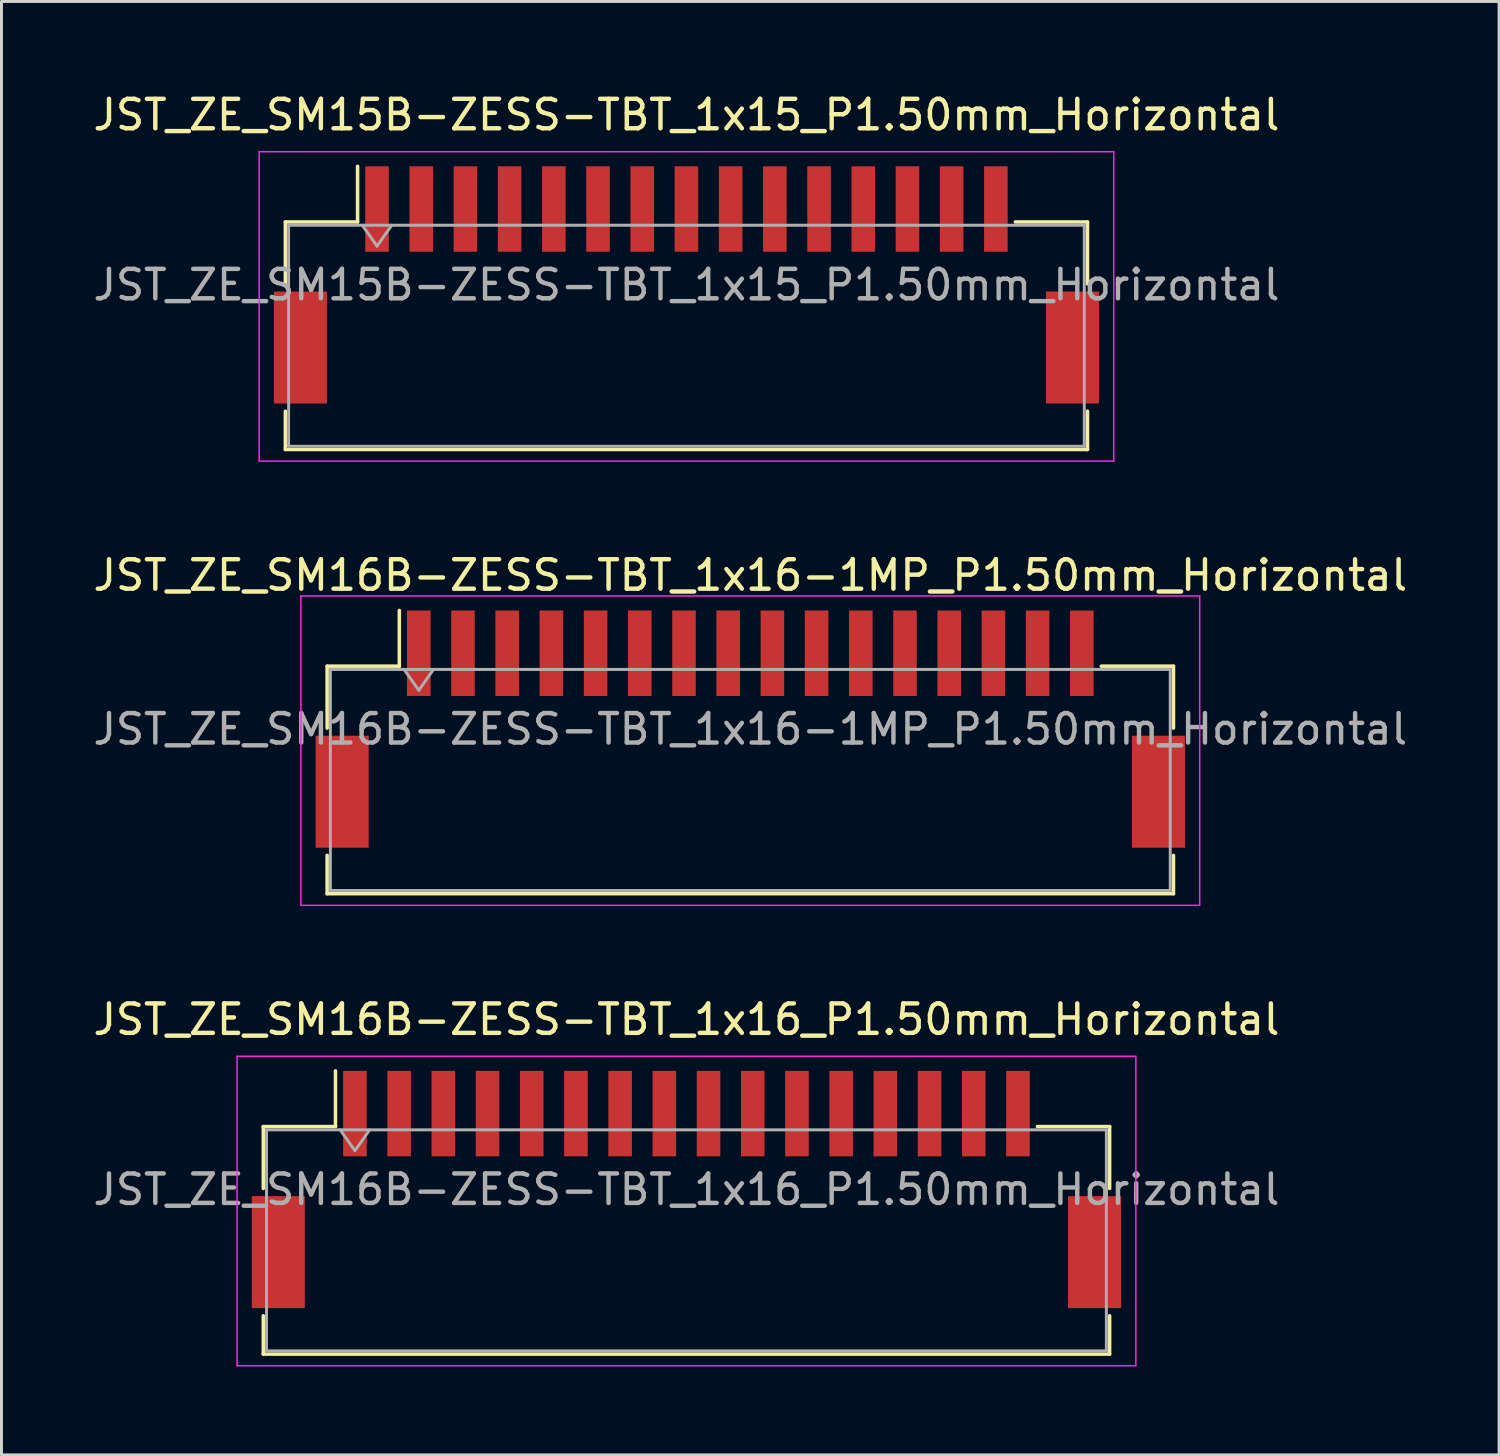
<source format=kicad_pcb>
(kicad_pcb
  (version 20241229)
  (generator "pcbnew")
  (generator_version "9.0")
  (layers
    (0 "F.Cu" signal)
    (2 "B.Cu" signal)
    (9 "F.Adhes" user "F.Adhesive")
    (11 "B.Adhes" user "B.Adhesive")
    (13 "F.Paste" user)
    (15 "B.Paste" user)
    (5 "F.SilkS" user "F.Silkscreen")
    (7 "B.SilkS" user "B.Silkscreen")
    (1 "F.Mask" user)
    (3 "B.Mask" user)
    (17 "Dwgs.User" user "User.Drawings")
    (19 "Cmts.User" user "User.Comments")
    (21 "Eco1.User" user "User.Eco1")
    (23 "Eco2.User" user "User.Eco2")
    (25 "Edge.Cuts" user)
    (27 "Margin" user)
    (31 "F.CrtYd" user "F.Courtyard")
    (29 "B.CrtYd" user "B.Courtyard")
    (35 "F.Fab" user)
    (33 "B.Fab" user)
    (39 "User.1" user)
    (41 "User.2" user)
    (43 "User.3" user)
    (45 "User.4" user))
  (footprint "JST_ZE_SM16B-ZESS-TBT_1x16-1MP_P1.50mm_Horizontal"
    (layer "F.Cu")
    (at 22.411 21.692)
    (property "Reference" "JST_ZE_SM16B-ZESS-TBT_1x16-1MP_P1.50mm_Horizontal" (at 0 -5.22 0) (layer "F.SilkS") (effects (font (size 1 1) (thickness 0.15))))
    (attr smd)
    (fp_line (start -14.36 -2.135) (end -11.91 -2.135) (stroke (width 0.12) (type solid)) (layer "F.SilkS"))
    (fp_line (start -14.36 -0.035) (end -14.36 -2.135) (stroke (width 0.12) (type solid)) (layer "F.SilkS"))
    (fp_line (start -14.36 4.285) (end -14.36 5.585) (stroke (width 0.12) (type solid)) (layer "F.SilkS"))
    (fp_line (start -14.36 5.585) (end 14.36 5.585) (stroke (width 0.12) (type solid)) (layer "F.SilkS"))
    (fp_line (start -11.91 -2.135) (end -11.91 -4.025) (stroke (width 0.12) (type solid)) (layer "F.SilkS"))
    (fp_line (start 14.36 -2.135) (end 11.91 -2.135) (stroke (width 0.12) (type solid)) (layer "F.SilkS"))
    (fp_line (start 14.36 -0.035) (end 14.36 -2.135) (stroke (width 0.12) (type solid)) (layer "F.SilkS"))
    (fp_line (start 14.36 5.585) (end 14.36 4.285) (stroke (width 0.12) (type solid)) (layer "F.SilkS"))
    (fp_line (start -15.25 -4.52) (end -15.25 5.98) (stroke (width 0.05) (type solid)) (layer "F.CrtYd"))
    (fp_line (start -15.25 5.98) (end 15.25 5.98) (stroke (width 0.05) (type solid)) (layer "F.CrtYd"))
    (fp_line (start 15.25 -4.52) (end -15.25 -4.52) (stroke (width 0.05) (type solid)) (layer "F.CrtYd"))
    (fp_line (start 15.25 5.98) (end 15.25 -4.52) (stroke (width 0.05) (type solid)) (layer "F.CrtYd"))
    (fp_line (start -14.25 -2.025) (end -14.25 5.475) (stroke (width 0.1) (type solid)) (layer "F.Fab"))
    (fp_line (start -14.25 -2.025) (end 14.25 -2.025) (stroke (width 0.1) (type solid)) (layer "F.Fab"))
    (fp_line (start -14.25 5.475) (end 14.25 5.475) (stroke (width 0.1) (type solid)) (layer "F.Fab"))
    (fp_line (start -11.75 -2.025) (end -11.25 -1.318) (stroke (width 0.1) (type solid)) (layer "F.Fab"))
    (fp_line (start -11.25 -1.318) (end -10.75 -2.025) (stroke (width 0.1) (type solid)) (layer "F.Fab"))
    (fp_line (start 14.25 -2.025) (end 14.25 5.475) (stroke (width 0.1) (type solid)) (layer "F.Fab"))
    (fp_text user "${REFERENCE}" (at 0 0 0) (layer "F.Fab") (effects (font (size 1 1) (thickness 0.15))))
    (pad "1" smd rect (at -11.25 -2.575) (size 0.8 2.9) (layers "F.Cu" "F.Mask" "F.Paste"))
    (pad "2" smd rect (at -9.75 -2.575) (size 0.8 2.9) (layers "F.Cu" "F.Mask" "F.Paste"))
    (pad "3" smd rect (at -8.25 -2.575) (size 0.8 2.9) (layers "F.Cu" "F.Mask" "F.Paste"))
    (pad "4" smd rect (at -6.75 -2.575) (size 0.8 2.9) (layers "F.Cu" "F.Mask" "F.Paste"))
    (pad "5" smd rect (at -5.25 -2.575) (size 0.8 2.9) (layers "F.Cu" "F.Mask" "F.Paste"))
    (pad "6" smd rect (at -3.75 -2.575) (size 0.8 2.9) (layers "F.Cu" "F.Mask" "F.Paste"))
    (pad "7" smd rect (at -2.25 -2.575) (size 0.8 2.9) (layers "F.Cu" "F.Mask" "F.Paste"))
    (pad "8" smd rect (at -0.75 -2.575) (size 0.8 2.9) (layers "F.Cu" "F.Mask" "F.Paste"))
    (pad "9" smd rect (at 0.75 -2.575) (size 0.8 2.9) (layers "F.Cu" "F.Mask" "F.Paste"))
    (pad "10" smd rect (at 2.25 -2.575) (size 0.8 2.9) (layers "F.Cu" "F.Mask" "F.Paste"))
    (pad "11" smd rect (at 3.75 -2.575) (size 0.8 2.9) (layers "F.Cu" "F.Mask" "F.Paste"))
    (pad "12" smd rect (at 5.25 -2.575) (size 0.8 2.9) (layers "F.Cu" "F.Mask" "F.Paste"))
    (pad "13" smd rect (at 6.75 -2.575) (size 0.8 2.9) (layers "F.Cu" "F.Mask" "F.Paste"))
    (pad "14" smd rect (at 8.25 -2.575) (size 0.8 2.9) (layers "F.Cu" "F.Mask" "F.Paste"))
    (pad "15" smd rect (at 9.75 -2.575) (size 0.8 2.9) (layers "F.Cu" "F.Mask" "F.Paste"))
    (pad "16" smd rect (at 11.25 -2.575) (size 0.8 2.9) (layers "F.Cu" "F.Mask" "F.Paste"))
    (pad "MP" smd rect (at -13.85 2.125) (size 1.8 3.8) (layers "F.Cu" "F.Mask" "F.Paste"))
    (pad "MP" smd rect (at 13.85 2.125) (size 1.8 3.8) (layers "F.Cu" "F.Mask" "F.Paste")))
  (footprint "JST_ZE_SM15B-ZESS-TBT_1x15_P1.50mm_Horizontal"
    (layer "F.Cu")
    (at 20.244 6.618)
    (property "Reference" "JST_ZE_SM15B-ZESS-TBT_1x15_P1.50mm_Horizontal" (at 0 -5.77 0) (layer "F.SilkS") (effects (font (size 1 1) (thickness 0.15))))
    (attr smd)
    (fp_line (start -13.61 -2.135) (end -11.16 -2.135) (stroke (width 0.12) (type solid)) (layer "F.SilkS"))
    (fp_line (start -13.61 -0.035) (end -13.61 -2.135) (stroke (width 0.12) (type solid)) (layer "F.SilkS"))
    (fp_line (start -13.61 4.285) (end -13.61 5.585) (stroke (width 0.12) (type solid)) (layer "F.SilkS"))
    (fp_line (start -13.61 5.585) (end 13.61 5.585) (stroke (width 0.12) (type solid)) (layer "F.SilkS"))
    (fp_line (start -11.16 -2.135) (end -11.16 -4.025) (stroke (width 0.12) (type solid)) (layer "F.SilkS"))
    (fp_line (start 13.61 -2.135) (end 11.16 -2.135) (stroke (width 0.12) (type solid)) (layer "F.SilkS"))
    (fp_line (start 13.61 -0.035) (end 13.61 -2.135) (stroke (width 0.12) (type solid)) (layer "F.SilkS"))
    (fp_line (start 13.61 5.585) (end 13.61 4.285) (stroke (width 0.12) (type solid)) (layer "F.SilkS"))
    (fp_line (start -14.5 -4.52) (end -14.5 5.98) (stroke (width 0.05) (type solid)) (layer "F.CrtYd"))
    (fp_line (start -14.5 5.98) (end 14.5 5.98) (stroke (width 0.05) (type solid)) (layer "F.CrtYd"))
    (fp_line (start 14.5 -4.52) (end -14.5 -4.52) (stroke (width 0.05) (type solid)) (layer "F.CrtYd"))
    (fp_line (start 14.5 5.98) (end 14.5 -4.52) (stroke (width 0.05) (type solid)) (layer "F.CrtYd"))
    (fp_line (start -13.5 -2.025) (end -13.5 5.475) (stroke (width 0.1) (type solid)) (layer "F.Fab"))
    (fp_line (start -13.5 -2.025) (end 13.5 -2.025) (stroke (width 0.1) (type solid)) (layer "F.Fab"))
    (fp_line (start -13.5 5.475) (end 13.5 5.475) (stroke (width 0.1) (type solid)) (layer "F.Fab"))
    (fp_line (start -11 -2.025) (end -10.5 -1.318) (stroke (width 0.1) (type solid)) (layer "F.Fab"))
    (fp_line (start -10.5 -1.318) (end -10 -2.025) (stroke (width 0.1) (type solid)) (layer "F.Fab"))
    (fp_line (start 13.5 -2.025) (end 13.5 5.475) (stroke (width 0.1) (type solid)) (layer "F.Fab"))
    (fp_text user "${REFERENCE}" (at 0 0 0) (layer "F.Fab") (effects (font (size 1 1) (thickness 0.15))))
    (pad "" smd rect (at -13.1 2.125) (size 1.8 3.8) (layers "F.Cu" "F.Mask" "F.Paste"))
    (pad "" smd rect (at 13.1 2.125) (size 1.8 3.8) (layers "F.Cu" "F.Mask" "F.Paste"))
    (pad "1" smd rect (at -10.5 -2.575) (size 0.8 2.9) (layers "F.Cu" "F.Mask" "F.Paste"))
    (pad "2" smd rect (at -9 -2.575) (size 0.8 2.9) (layers "F.Cu" "F.Mask" "F.Paste"))
    (pad "3" smd rect (at -7.5 -2.575) (size 0.8 2.9) (layers "F.Cu" "F.Mask" "F.Paste"))
    (pad "4" smd rect (at -6 -2.575) (size 0.8 2.9) (layers "F.Cu" "F.Mask" "F.Paste"))
    (pad "5" smd rect (at -4.5 -2.575) (size 0.8 2.9) (layers "F.Cu" "F.Mask" "F.Paste"))
    (pad "6" smd rect (at -3 -2.575) (size 0.8 2.9) (layers "F.Cu" "F.Mask" "F.Paste"))
    (pad "7" smd rect (at -1.5 -2.575) (size 0.8 2.9) (layers "F.Cu" "F.Mask" "F.Paste"))
    (pad "8" smd rect (at 0 -2.575) (size 0.8 2.9) (layers "F.Cu" "F.Mask" "F.Paste"))
    (pad "9" smd rect (at 1.5 -2.575) (size 0.8 2.9) (layers "F.Cu" "F.Mask" "F.Paste"))
    (pad "10" smd rect (at 3 -2.575) (size 0.8 2.9) (layers "F.Cu" "F.Mask" "F.Paste"))
    (pad "11" smd rect (at 4.5 -2.575) (size 0.8 2.9) (layers "F.Cu" "F.Mask" "F.Paste"))
    (pad "12" smd rect (at 6 -2.575) (size 0.8 2.9) (layers "F.Cu" "F.Mask" "F.Paste"))
    (pad "13" smd rect (at 7.5 -2.575) (size 0.8 2.9) (layers "F.Cu" "F.Mask" "F.Paste"))
    (pad "14" smd rect (at 9 -2.575) (size 0.8 2.9) (layers "F.Cu" "F.Mask" "F.Paste"))
    (pad "15" smd rect (at 10.5 -2.575) (size 0.8 2.9) (layers "F.Cu" "F.Mask" "F.Paste")))
  (footprint "JST_ZE_SM16B-ZESS-TBT_1x16_P1.50mm_Horizontal"
    (layer "F.Cu")
    (at 20.244 37.315)
    (property "Reference" "JST_ZE_SM16B-ZESS-TBT_1x16_P1.50mm_Horizontal" (at 0 -5.77 0) (layer "F.SilkS") (effects (font (size 1 1) (thickness 0.15))))
    (attr smd)
    (fp_line (start -14.36 -2.135) (end -11.91 -2.135) (stroke (width 0.12) (type solid)) (layer "F.SilkS"))
    (fp_line (start -14.36 -0.035) (end -14.36 -2.135) (stroke (width 0.12) (type solid)) (layer "F.SilkS"))
    (fp_line (start -14.36 4.285) (end -14.36 5.585) (stroke (width 0.12) (type solid)) (layer "F.SilkS"))
    (fp_line (start -14.36 5.585) (end 14.36 5.585) (stroke (width 0.12) (type solid)) (layer "F.SilkS"))
    (fp_line (start -11.91 -2.135) (end -11.91 -4.025) (stroke (width 0.12) (type solid)) (layer "F.SilkS"))
    (fp_line (start 14.36 -2.135) (end 11.91 -2.135) (stroke (width 0.12) (type solid)) (layer "F.SilkS"))
    (fp_line (start 14.36 -0.035) (end 14.36 -2.135) (stroke (width 0.12) (type solid)) (layer "F.SilkS"))
    (fp_line (start 14.36 5.585) (end 14.36 4.285) (stroke (width 0.12) (type solid)) (layer "F.SilkS"))
    (fp_line (start -15.25 -4.52) (end -15.25 5.98) (stroke (width 0.05) (type solid)) (layer "F.CrtYd"))
    (fp_line (start -15.25 5.98) (end 15.25 5.98) (stroke (width 0.05) (type solid)) (layer "F.CrtYd"))
    (fp_line (start 15.25 -4.52) (end -15.25 -4.52) (stroke (width 0.05) (type solid)) (layer "F.CrtYd"))
    (fp_line (start 15.25 5.98) (end 15.25 -4.52) (stroke (width 0.05) (type solid)) (layer "F.CrtYd"))
    (fp_line (start -14.25 -2.025) (end -14.25 5.475) (stroke (width 0.1) (type solid)) (layer "F.Fab"))
    (fp_line (start -14.25 -2.025) (end 14.25 -2.025) (stroke (width 0.1) (type solid)) (layer "F.Fab"))
    (fp_line (start -14.25 5.475) (end 14.25 5.475) (stroke (width 0.1) (type solid)) (layer "F.Fab"))
    (fp_line (start -11.75 -2.025) (end -11.25 -1.318) (stroke (width 0.1) (type solid)) (layer "F.Fab"))
    (fp_line (start -11.25 -1.318) (end -10.75 -2.025) (stroke (width 0.1) (type solid)) (layer "F.Fab"))
    (fp_line (start 14.25 -2.025) (end 14.25 5.475) (stroke (width 0.1) (type solid)) (layer "F.Fab"))
    (fp_text user "${REFERENCE}" (at 0 0 0) (layer "F.Fab") (effects (font (size 1 1) (thickness 0.15))))
    (pad "" smd rect (at -13.85 2.125) (size 1.8 3.8) (layers "F.Cu" "F.Mask" "F.Paste"))
    (pad "" smd rect (at 13.85 2.125) (size 1.8 3.8) (layers "F.Cu" "F.Mask" "F.Paste"))
    (pad "1" smd rect (at -11.25 -2.575) (size 0.8 2.9) (layers "F.Cu" "F.Mask" "F.Paste"))
    (pad "2" smd rect (at -9.75 -2.575) (size 0.8 2.9) (layers "F.Cu" "F.Mask" "F.Paste"))
    (pad "3" smd rect (at -8.25 -2.575) (size 0.8 2.9) (layers "F.Cu" "F.Mask" "F.Paste"))
    (pad "4" smd rect (at -6.75 -2.575) (size 0.8 2.9) (layers "F.Cu" "F.Mask" "F.Paste"))
    (pad "5" smd rect (at -5.25 -2.575) (size 0.8 2.9) (layers "F.Cu" "F.Mask" "F.Paste"))
    (pad "6" smd rect (at -3.75 -2.575) (size 0.8 2.9) (layers "F.Cu" "F.Mask" "F.Paste"))
    (pad "7" smd rect (at -2.25 -2.575) (size 0.8 2.9) (layers "F.Cu" "F.Mask" "F.Paste"))
    (pad "8" smd rect (at -0.75 -2.575) (size 0.8 2.9) (layers "F.Cu" "F.Mask" "F.Paste"))
    (pad "9" smd rect (at 0.75 -2.575) (size 0.8 2.9) (layers "F.Cu" "F.Mask" "F.Paste"))
    (pad "10" smd rect (at 2.25 -2.575) (size 0.8 2.9) (layers "F.Cu" "F.Mask" "F.Paste"))
    (pad "11" smd rect (at 3.75 -2.575) (size 0.8 2.9) (layers "F.Cu" "F.Mask" "F.Paste"))
    (pad "12" smd rect (at 5.25 -2.575) (size 0.8 2.9) (layers "F.Cu" "F.Mask" "F.Paste"))
    (pad "13" smd rect (at 6.75 -2.575) (size 0.8 2.9) (layers "F.Cu" "F.Mask" "F.Paste"))
    (pad "14" smd rect (at 8.25 -2.575) (size 0.8 2.9) (layers "F.Cu" "F.Mask" "F.Paste"))
    (pad "15" smd rect (at 9.75 -2.575) (size 0.8 2.9) (layers "F.Cu" "F.Mask" "F.Paste"))
    (pad "16" smd rect (at 11.25 -2.575) (size 0.8 2.9) (layers "F.Cu" "F.Mask" "F.Paste")))
  (gr_rect
    (start -3 -3)
    (end 47.821 46.32)
    (stroke (width 0.1) (type default))
    (fill no)
    (layer "Edge.Cuts")))
</source>
